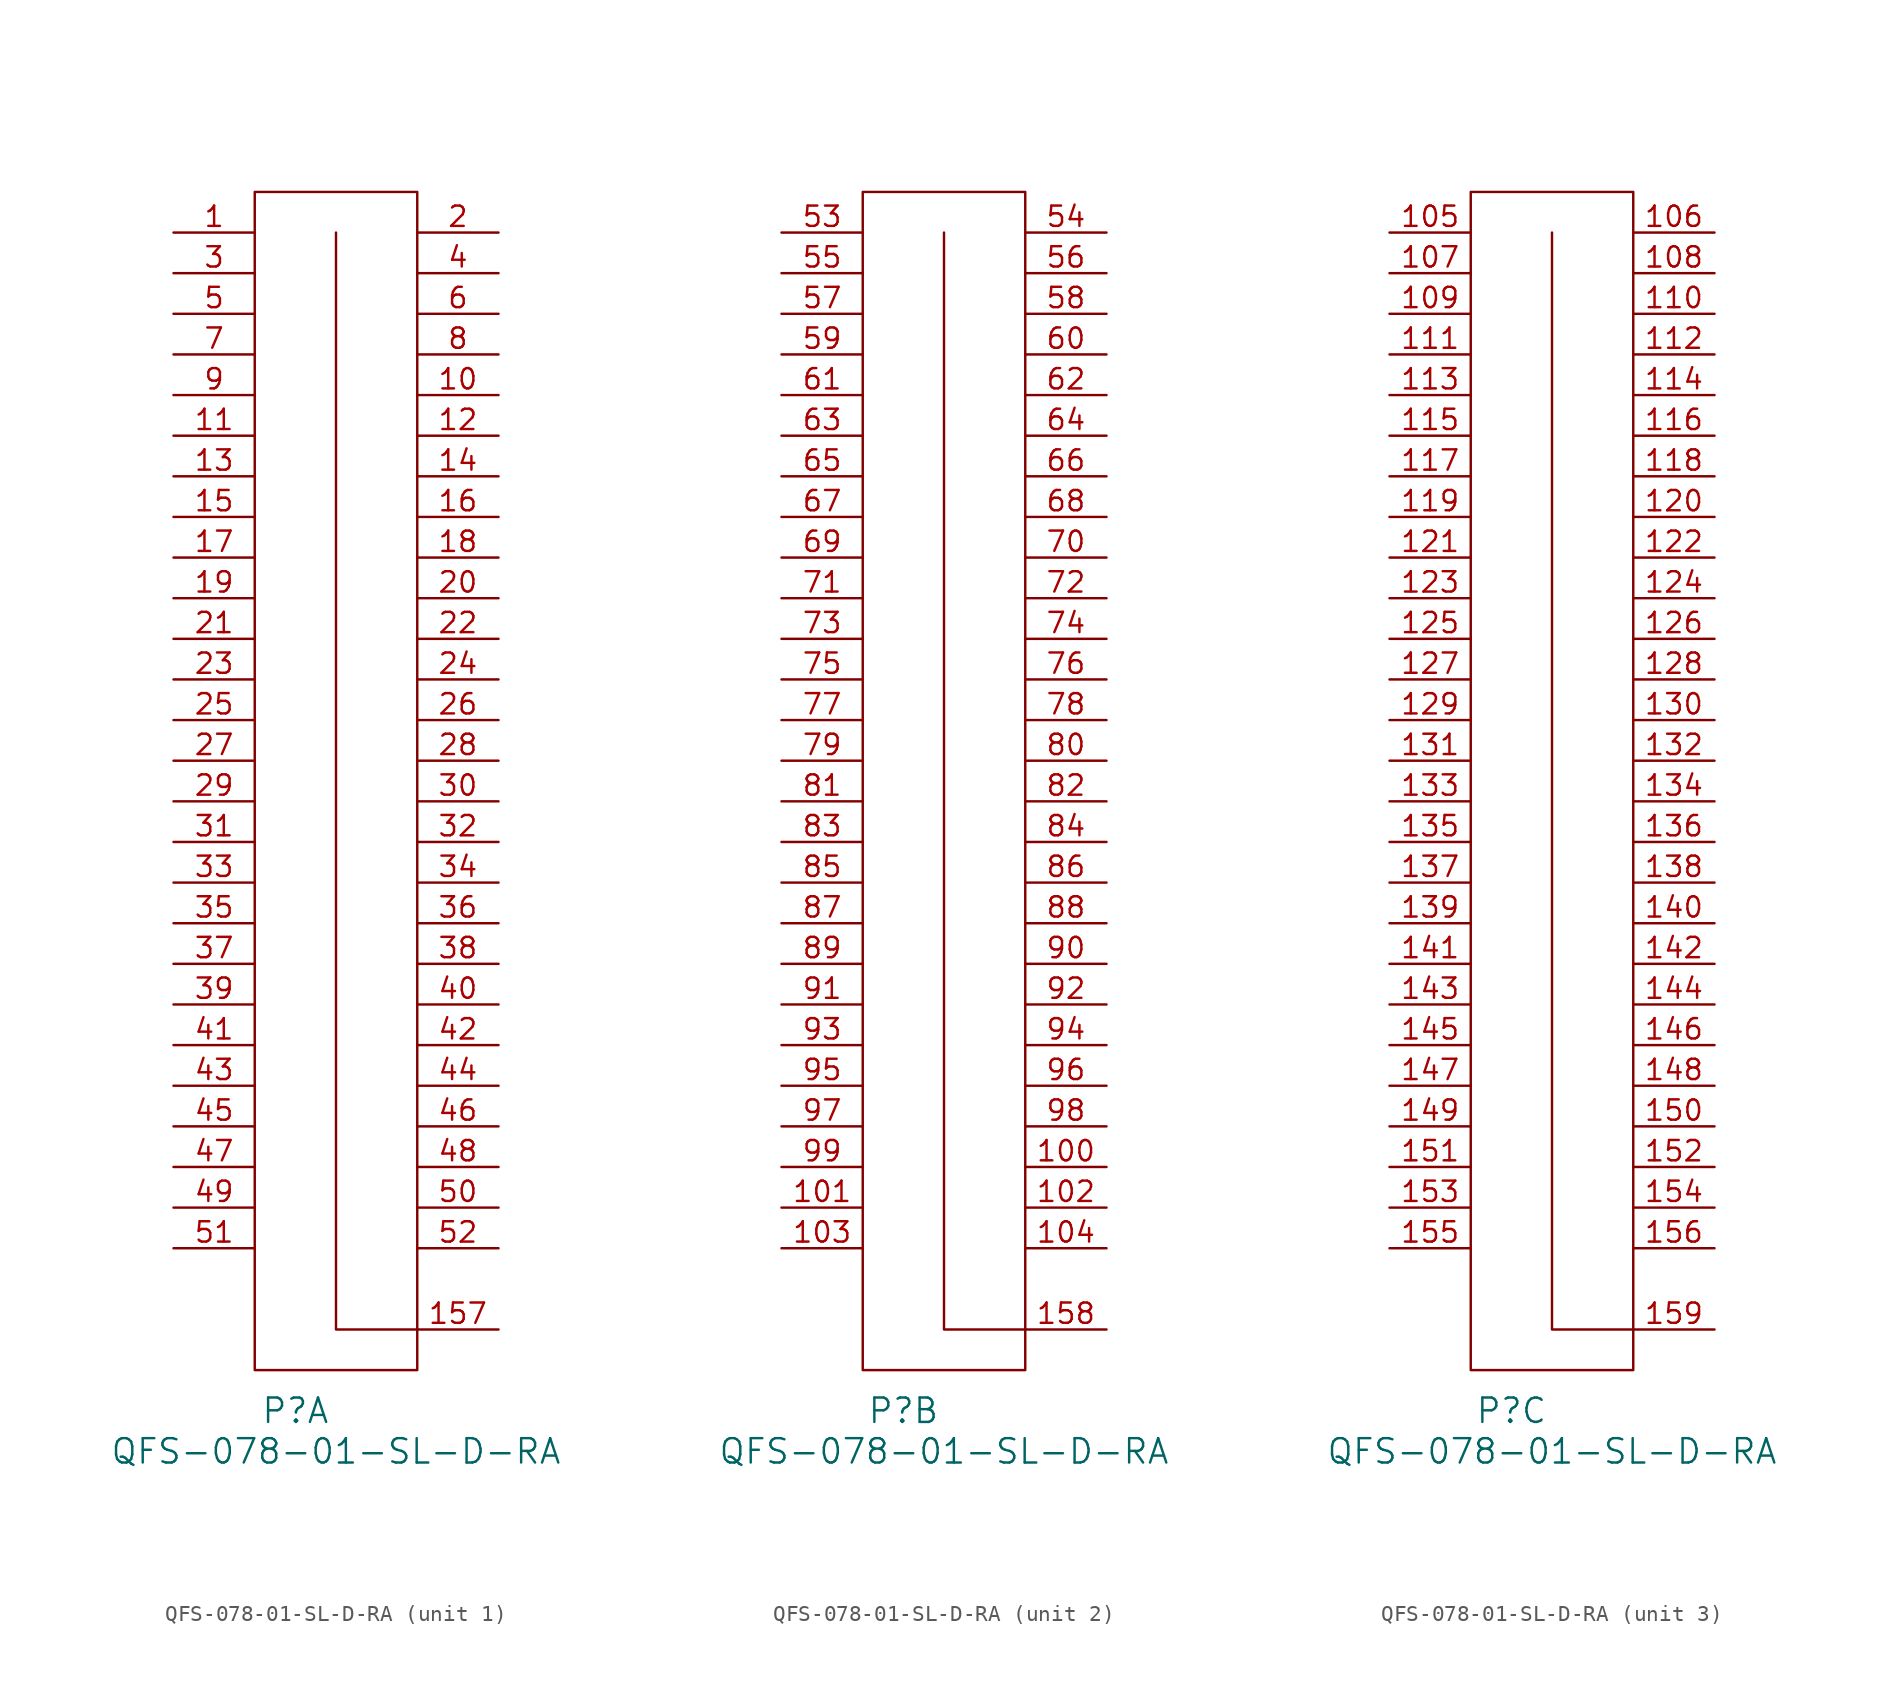
<source format=kicad_sym>
(kicad_symbol_lib
  (version 20220914)
  (generator kicad_symbol_editor)
  (symbol "QFS-078-01-SL-D-RA"
    (pin_names
      (offset 1.016) hide)
    (property "Reference" "P"
      (at 2.54 -2.54 0)
      (effects (font (size 1.524 1.524))))
    (property "Value" "QFS-078-01-SL-D-RA"
      (at 5.08 -5.08 0)
      (effects (font (size 1.524 1.524))))
    (property "ki_locked" ""
      (at 0 0 0)
      (effects (font (size 1.27 1.27))))
    (symbol "QFS-078-01-SL-D-RA_0_1"
      (polyline (pts (xy 10.16 2.54) (xy 5.08 2.54) (xy 5.08 71.12)) (stroke (width 0) (type solid)) (fill (type none))))
    (symbol "QFS-078-01-SL-D-RA_1_1"
      (rectangle (start 0 73.66) (end 10.16 0) (stroke (width 0) (type solid)) (fill (type none)))
      (pin passive line (at -5.08 71.12 0) (length 5.08) (name "1" (effects (font (size 1.27 1.27)))) (number "1" (effects (font (size 1.27 1.27)))))
      (pin passive line (at 15.24 60.96 180) (length 5.08) (name "10" (effects (font (size 1.27 1.27)))) (number "10" (effects (font (size 1.27 1.27)))))
      (pin passive line (at -5.08 58.42 0) (length 5.08) (name "11" (effects (font (size 1.27 1.27)))) (number "11" (effects (font (size 1.27 1.27)))))
      (pin passive line (at 15.24 58.42 180) (length 5.08) (name "12" (effects (font (size 1.27 1.27)))) (number "12" (effects (font (size 1.27 1.27)))))
      (pin passive line (at -5.08 55.88 0) (length 5.08) (name "13" (effects (font (size 1.27 1.27)))) (number "13" (effects (font (size 1.27 1.27)))))
      (pin passive line (at 15.24 55.88 180) (length 5.08) (name "14" (effects (font (size 1.27 1.27)))) (number "14" (effects (font (size 1.27 1.27)))))
      (pin passive line (at -5.08 53.34 0) (length 5.08) (name "15" (effects (font (size 1.27 1.27)))) (number "15" (effects (font (size 1.27 1.27)))))
      (pin passive line (at 15.24 2.54 180) (length 5.08) (name "157" (effects (font (size 1.27 1.27)))) (number "157" (effects (font (size 1.27 1.27)))))
      (pin passive line (at 15.24 53.34 180) (length 5.08) (name "16" (effects (font (size 1.27 1.27)))) (number "16" (effects (font (size 1.27 1.27)))))
      (pin passive line (at -5.08 50.8 0) (length 5.08) (name "17" (effects (font (size 1.27 1.27)))) (number "17" (effects (font (size 1.27 1.27)))))
      (pin passive line (at 15.24 50.8 180) (length 5.08) (name "18" (effects (font (size 1.27 1.27)))) (number "18" (effects (font (size 1.27 1.27)))))
      (pin passive line (at -5.08 48.26 0) (length 5.08) (name "19" (effects (font (size 1.27 1.27)))) (number "19" (effects (font (size 1.27 1.27)))))
      (pin passive line (at 15.24 71.12 180) (length 5.08) (name "2" (effects (font (size 1.27 1.27)))) (number "2" (effects (font (size 1.27 1.27)))))
      (pin passive line (at 15.24 48.26 180) (length 5.08) (name "20" (effects (font (size 1.27 1.27)))) (number "20" (effects (font (size 1.27 1.27)))))
      (pin passive line (at -5.08 45.72 0) (length 5.08) (name "21" (effects (font (size 1.27 1.27)))) (number "21" (effects (font (size 1.27 1.27)))))
      (pin passive line (at 15.24 45.72 180) (length 5.08) (name "22" (effects (font (size 1.27 1.27)))) (number "22" (effects (font (size 1.27 1.27)))))
      (pin passive line (at -5.08 43.18 0) (length 5.08) (name "23" (effects (font (size 1.27 1.27)))) (number "23" (effects (font (size 1.27 1.27)))))
      (pin passive line (at 15.24 43.18 180) (length 5.08) (name "24" (effects (font (size 1.27 1.27)))) (number "24" (effects (font (size 1.27 1.27)))))
      (pin passive line (at -5.08 40.64 0) (length 5.08) (name "25" (effects (font (size 1.27 1.27)))) (number "25" (effects (font (size 1.27 1.27)))))
      (pin passive line (at 15.24 40.64 180) (length 5.08) (name "26" (effects (font (size 1.27 1.27)))) (number "26" (effects (font (size 1.27 1.27)))))
      (pin passive line (at -5.08 38.1 0) (length 5.08) (name "27" (effects (font (size 1.27 1.27)))) (number "27" (effects (font (size 1.27 1.27)))))
      (pin passive line (at 15.24 38.1 180) (length 5.08) (name "28" (effects (font (size 1.27 1.27)))) (number "28" (effects (font (size 1.27 1.27)))))
      (pin passive line (at -5.08 35.56 0) (length 5.08) (name "29" (effects (font (size 1.27 1.27)))) (number "29" (effects (font (size 1.27 1.27)))))
      (pin passive line (at -5.08 68.58 0) (length 5.08) (name "3" (effects (font (size 1.27 1.27)))) (number "3" (effects (font (size 1.27 1.27)))))
      (pin passive line (at 15.24 35.56 180) (length 5.08) (name "30" (effects (font (size 1.27 1.27)))) (number "30" (effects (font (size 1.27 1.27)))))
      (pin passive line (at -5.08 33.02 0) (length 5.08) (name "31" (effects (font (size 1.27 1.27)))) (number "31" (effects (font (size 1.27 1.27)))))
      (pin passive line (at 15.24 33.02 180) (length 5.08) (name "32" (effects (font (size 1.27 1.27)))) (number "32" (effects (font (size 1.27 1.27)))))
      (pin passive line (at -5.08 30.48 0) (length 5.08) (name "33" (effects (font (size 1.27 1.27)))) (number "33" (effects (font (size 1.27 1.27)))))
      (pin passive line (at 15.24 30.48 180) (length 5.08) (name "34" (effects (font (size 1.27 1.27)))) (number "34" (effects (font (size 1.27 1.27)))))
      (pin passive line (at -5.08 27.94 0) (length 5.08) (name "35" (effects (font (size 1.27 1.27)))) (number "35" (effects (font (size 1.27 1.27)))))
      (pin passive line (at 15.24 27.94 180) (length 5.08) (name "36" (effects (font (size 1.27 1.27)))) (number "36" (effects (font (size 1.27 1.27)))))
      (pin passive line (at -5.08 25.4 0) (length 5.08) (name "37" (effects (font (size 1.27 1.27)))) (number "37" (effects (font (size 1.27 1.27)))))
      (pin passive line (at 15.24 25.4 180) (length 5.08) (name "38" (effects (font (size 1.27 1.27)))) (number "38" (effects (font (size 1.27 1.27)))))
      (pin passive line (at -5.08 22.86 0) (length 5.08) (name "39" (effects (font (size 1.27 1.27)))) (number "39" (effects (font (size 1.27 1.27)))))
      (pin passive line (at 15.24 68.58 180) (length 5.08) (name "4" (effects (font (size 1.27 1.27)))) (number "4" (effects (font (size 1.27 1.27)))))
      (pin passive line (at 15.24 22.86 180) (length 5.08) (name "40" (effects (font (size 1.27 1.27)))) (number "40" (effects (font (size 1.27 1.27)))))
      (pin passive line (at -5.08 20.32 0) (length 5.08) (name "41" (effects (font (size 1.27 1.27)))) (number "41" (effects (font (size 1.27 1.27)))))
      (pin passive line (at 15.24 20.32 180) (length 5.08) (name "42" (effects (font (size 1.27 1.27)))) (number "42" (effects (font (size 1.27 1.27)))))
      (pin passive line (at -5.08 17.78 0) (length 5.08) (name "43" (effects (font (size 1.27 1.27)))) (number "43" (effects (font (size 1.27 1.27)))))
      (pin passive line (at 15.24 17.78 180) (length 5.08) (name "44" (effects (font (size 1.27 1.27)))) (number "44" (effects (font (size 1.27 1.27)))))
      (pin passive line (at -5.08 15.24 0) (length 5.08) (name "45" (effects (font (size 1.27 1.27)))) (number "45" (effects (font (size 1.27 1.27)))))
      (pin passive line (at 15.24 15.24 180) (length 5.08) (name "46" (effects (font (size 1.27 1.27)))) (number "46" (effects (font (size 1.27 1.27)))))
      (pin passive line (at -5.08 12.7 0) (length 5.08) (name "47" (effects (font (size 1.27 1.27)))) (number "47" (effects (font (size 1.27 1.27)))))
      (pin passive line (at 15.24 12.7 180) (length 5.08) (name "48" (effects (font (size 1.27 1.27)))) (number "48" (effects (font (size 1.27 1.27)))))
      (pin passive line (at -5.08 10.16 0) (length 5.08) (name "49" (effects (font (size 1.27 1.27)))) (number "49" (effects (font (size 1.27 1.27)))))
      (pin passive line (at -5.08 66.04 0) (length 5.08) (name "5" (effects (font (size 1.27 1.27)))) (number "5" (effects (font (size 1.27 1.27)))))
      (pin passive line (at 15.24 10.16 180) (length 5.08) (name "50" (effects (font (size 1.27 1.27)))) (number "50" (effects (font (size 1.27 1.27)))))
      (pin passive line (at -5.08 7.62 0) (length 5.08) (name "51" (effects (font (size 1.27 1.27)))) (number "51" (effects (font (size 1.27 1.27)))))
      (pin passive line (at 15.24 7.62 180) (length 5.08) (name "52" (effects (font (size 1.27 1.27)))) (number "52" (effects (font (size 1.27 1.27)))))
      (pin passive line (at 15.24 66.04 180) (length 5.08) (name "6" (effects (font (size 1.27 1.27)))) (number "6" (effects (font (size 1.27 1.27)))))
      (pin passive line (at -5.08 63.5 0) (length 5.08) (name "7" (effects (font (size 1.27 1.27)))) (number "7" (effects (font (size 1.27 1.27)))))
      (pin passive line (at 15.24 63.5 180) (length 5.08) (name "8" (effects (font (size 1.27 1.27)))) (number "8" (effects (font (size 1.27 1.27)))))
      (pin passive line (at -5.08 60.96 0) (length 5.08) (name "9" (effects (font (size 1.27 1.27)))) (number "9" (effects (font (size 1.27 1.27))))))
    (symbol "QFS-078-01-SL-D-RA_2_1"
      (rectangle (start 0 0) (end 10.16 73.66) (stroke (width 0) (type solid)) (fill (type none)))
      (pin passive line (at 15.24 12.7 180) (length 5.08) (name "100" (effects (font (size 1.27 1.27)))) (number "100" (effects (font (size 1.27 1.27)))))
      (pin passive line (at -5.08 10.16 0) (length 5.08) (name "101" (effects (font (size 1.27 1.27)))) (number "101" (effects (font (size 1.27 1.27)))))
      (pin passive line (at 15.24 10.16 180) (length 5.08) (name "102" (effects (font (size 1.27 1.27)))) (number "102" (effects (font (size 1.27 1.27)))))
      (pin passive line (at -5.08 7.62 0) (length 5.08) (name "103" (effects (font (size 1.27 1.27)))) (number "103" (effects (font (size 1.27 1.27)))))
      (pin passive line (at 15.24 7.62 180) (length 5.08) (name "104" (effects (font (size 1.27 1.27)))) (number "104" (effects (font (size 1.27 1.27)))))
      (pin passive line (at 15.24 2.54 180) (length 5.08) (name "158" (effects (font (size 1.27 1.27)))) (number "158" (effects (font (size 1.27 1.27)))))
      (pin passive line (at -5.08 71.12 0) (length 5.08) (name "53" (effects (font (size 1.27 1.27)))) (number "53" (effects (font (size 1.27 1.27)))))
      (pin passive line (at 15.24 71.12 180) (length 5.08) (name "54" (effects (font (size 1.27 1.27)))) (number "54" (effects (font (size 1.27 1.27)))))
      (pin passive line (at -5.08 68.58 0) (length 5.08) (name "55" (effects (font (size 1.27 1.27)))) (number "55" (effects (font (size 1.27 1.27)))))
      (pin passive line (at 15.24 68.58 180) (length 5.08) (name "56" (effects (font (size 1.27 1.27)))) (number "56" (effects (font (size 1.27 1.27)))))
      (pin passive line (at -5.08 66.04 0) (length 5.08) (name "57" (effects (font (size 1.27 1.27)))) (number "57" (effects (font (size 1.27 1.27)))))
      (pin passive line (at 15.24 66.04 180) (length 5.08) (name "58" (effects (font (size 1.27 1.27)))) (number "58" (effects (font (size 1.27 1.27)))))
      (pin passive line (at -5.08 63.5 0) (length 5.08) (name "59" (effects (font (size 1.27 1.27)))) (number "59" (effects (font (size 1.27 1.27)))))
      (pin passive line (at 15.24 63.5 180) (length 5.08) (name "60" (effects (font (size 1.27 1.27)))) (number "60" (effects (font (size 1.27 1.27)))))
      (pin passive line (at -5.08 60.96 0) (length 5.08) (name "61" (effects (font (size 1.27 1.27)))) (number "61" (effects (font (size 1.27 1.27)))))
      (pin passive line (at 15.24 60.96 180) (length 5.08) (name "62" (effects (font (size 1.27 1.27)))) (number "62" (effects (font (size 1.27 1.27)))))
      (pin passive line (at -5.08 58.42 0) (length 5.08) (name "63" (effects (font (size 1.27 1.27)))) (number "63" (effects (font (size 1.27 1.27)))))
      (pin passive line (at 15.24 58.42 180) (length 5.08) (name "64" (effects (font (size 1.27 1.27)))) (number "64" (effects (font (size 1.27 1.27)))))
      (pin passive line (at -5.08 55.88 0) (length 5.08) (name "65" (effects (font (size 1.27 1.27)))) (number "65" (effects (font (size 1.27 1.27)))))
      (pin passive line (at 15.24 55.88 180) (length 5.08) (name "66" (effects (font (size 1.27 1.27)))) (number "66" (effects (font (size 1.27 1.27)))))
      (pin passive line (at -5.08 53.34 0) (length 5.08) (name "67" (effects (font (size 1.27 1.27)))) (number "67" (effects (font (size 1.27 1.27)))))
      (pin passive line (at 15.24 53.34 180) (length 5.08) (name "68" (effects (font (size 1.27 1.27)))) (number "68" (effects (font (size 1.27 1.27)))))
      (pin passive line (at -5.08 50.8 0) (length 5.08) (name "69" (effects (font (size 1.27 1.27)))) (number "69" (effects (font (size 1.27 1.27)))))
      (pin passive line (at 15.24 50.8 180) (length 5.08) (name "70" (effects (font (size 1.27 1.27)))) (number "70" (effects (font (size 1.27 1.27)))))
      (pin passive line (at -5.08 48.26 0) (length 5.08) (name "71" (effects (font (size 1.27 1.27)))) (number "71" (effects (font (size 1.27 1.27)))))
      (pin passive line (at 15.24 48.26 180) (length 5.08) (name "72" (effects (font (size 1.27 1.27)))) (number "72" (effects (font (size 1.27 1.27)))))
      (pin passive line (at -5.08 45.72 0) (length 5.08) (name "73" (effects (font (size 1.27 1.27)))) (number "73" (effects (font (size 1.27 1.27)))))
      (pin passive line (at 15.24 45.72 180) (length 5.08) (name "74" (effects (font (size 1.27 1.27)))) (number "74" (effects (font (size 1.27 1.27)))))
      (pin passive line (at -5.08 43.18 0) (length 5.08) (name "75" (effects (font (size 1.27 1.27)))) (number "75" (effects (font (size 1.27 1.27)))))
      (pin passive line (at 15.24 43.18 180) (length 5.08) (name "76" (effects (font (size 1.27 1.27)))) (number "76" (effects (font (size 1.27 1.27)))))
      (pin passive line (at -5.08 40.64 0) (length 5.08) (name "77" (effects (font (size 1.27 1.27)))) (number "77" (effects (font (size 1.27 1.27)))))
      (pin passive line (at 15.24 40.64 180) (length 5.08) (name "78" (effects (font (size 1.27 1.27)))) (number "78" (effects (font (size 1.27 1.27)))))
      (pin passive line (at -5.08 38.1 0) (length 5.08) (name "79" (effects (font (size 1.27 1.27)))) (number "79" (effects (font (size 1.27 1.27)))))
      (pin passive line (at 15.24 38.1 180) (length 5.08) (name "80" (effects (font (size 1.27 1.27)))) (number "80" (effects (font (size 1.27 1.27)))))
      (pin passive line (at -5.08 35.56 0) (length 5.08) (name "81" (effects (font (size 1.27 1.27)))) (number "81" (effects (font (size 1.27 1.27)))))
      (pin passive line (at 15.24 35.56 180) (length 5.08) (name "82" (effects (font (size 1.27 1.27)))) (number "82" (effects (font (size 1.27 1.27)))))
      (pin passive line (at -5.08 33.02 0) (length 5.08) (name "83" (effects (font (size 1.27 1.27)))) (number "83" (effects (font (size 1.27 1.27)))))
      (pin passive line (at 15.24 33.02 180) (length 5.08) (name "84" (effects (font (size 1.27 1.27)))) (number "84" (effects (font (size 1.27 1.27)))))
      (pin passive line (at -5.08 30.48 0) (length 5.08) (name "85" (effects (font (size 1.27 1.27)))) (number "85" (effects (font (size 1.27 1.27)))))
      (pin passive line (at 15.24 30.48 180) (length 5.08) (name "86" (effects (font (size 1.27 1.27)))) (number "86" (effects (font (size 1.27 1.27)))))
      (pin passive line (at -5.08 27.94 0) (length 5.08) (name "87" (effects (font (size 1.27 1.27)))) (number "87" (effects (font (size 1.27 1.27)))))
      (pin passive line (at 15.24 27.94 180) (length 5.08) (name "88" (effects (font (size 1.27 1.27)))) (number "88" (effects (font (size 1.27 1.27)))))
      (pin passive line (at -5.08 25.4 0) (length 5.08) (name "89" (effects (font (size 1.27 1.27)))) (number "89" (effects (font (size 1.27 1.27)))))
      (pin passive line (at 15.24 25.4 180) (length 5.08) (name "90" (effects (font (size 1.27 1.27)))) (number "90" (effects (font (size 1.27 1.27)))))
      (pin passive line (at -5.08 22.86 0) (length 5.08) (name "91" (effects (font (size 1.27 1.27)))) (number "91" (effects (font (size 1.27 1.27)))))
      (pin passive line (at 15.24 22.86 180) (length 5.08) (name "92" (effects (font (size 1.27 1.27)))) (number "92" (effects (font (size 1.27 1.27)))))
      (pin passive line (at -5.08 20.32 0) (length 5.08) (name "93" (effects (font (size 1.27 1.27)))) (number "93" (effects (font (size 1.27 1.27)))))
      (pin passive line (at 15.24 20.32 180) (length 5.08) (name "94" (effects (font (size 1.27 1.27)))) (number "94" (effects (font (size 1.27 1.27)))))
      (pin passive line (at -5.08 17.78 0) (length 5.08) (name "95" (effects (font (size 1.27 1.27)))) (number "95" (effects (font (size 1.27 1.27)))))
      (pin passive line (at 15.24 17.78 180) (length 5.08) (name "96" (effects (font (size 1.27 1.27)))) (number "96" (effects (font (size 1.27 1.27)))))
      (pin passive line (at -5.08 15.24 0) (length 5.08) (name "97" (effects (font (size 1.27 1.27)))) (number "97" (effects (font (size 1.27 1.27)))))
      (pin passive line (at 15.24 15.24 180) (length 5.08) (name "98" (effects (font (size 1.27 1.27)))) (number "98" (effects (font (size 1.27 1.27)))))
      (pin passive line (at -5.08 12.7 0) (length 5.08) (name "99" (effects (font (size 1.27 1.27)))) (number "99" (effects (font (size 1.27 1.27))))))
    (symbol "QFS-078-01-SL-D-RA_3_1"
      (rectangle (start 0 73.66) (end 10.16 0) (stroke (width 0) (type solid)) (fill (type none)))
      (pin passive line (at -5.08 71.12 0) (length 5.08) (name "105" (effects (font (size 1.27 1.27)))) (number "105" (effects (font (size 1.27 1.27)))))
      (pin passive line (at 15.24 71.12 180) (length 5.08) (name "106" (effects (font (size 1.27 1.27)))) (number "106" (effects (font (size 1.27 1.27)))))
      (pin passive line (at -5.08 68.58 0) (length 5.08) (name "107" (effects (font (size 1.27 1.27)))) (number "107" (effects (font (size 1.27 1.27)))))
      (pin passive line (at 15.24 68.58 180) (length 5.08) (name "108" (effects (font (size 1.27 1.27)))) (number "108" (effects (font (size 1.27 1.27)))))
      (pin passive line (at -5.08 66.04 0) (length 5.08) (name "109" (effects (font (size 1.27 1.27)))) (number "109" (effects (font (size 1.27 1.27)))))
      (pin passive line (at 15.24 66.04 180) (length 5.08) (name "110" (effects (font (size 1.27 1.27)))) (number "110" (effects (font (size 1.27 1.27)))))
      (pin passive line (at -5.08 63.5 0) (length 5.08) (name "111" (effects (font (size 1.27 1.27)))) (number "111" (effects (font (size 1.27 1.27)))))
      (pin passive line (at 15.24 63.5 180) (length 5.08) (name "112" (effects (font (size 1.27 1.27)))) (number "112" (effects (font (size 1.27 1.27)))))
      (pin passive line (at -5.08 60.96 0) (length 5.08) (name "113" (effects (font (size 1.27 1.27)))) (number "113" (effects (font (size 1.27 1.27)))))
      (pin passive line (at 15.24 60.96 180) (length 5.08) (name "114" (effects (font (size 1.27 1.27)))) (number "114" (effects (font (size 1.27 1.27)))))
      (pin passive line (at -5.08 58.42 0) (length 5.08) (name "115" (effects (font (size 1.27 1.27)))) (number "115" (effects (font (size 1.27 1.27)))))
      (pin passive line (at 15.24 58.42 180) (length 5.08) (name "116" (effects (font (size 1.27 1.27)))) (number "116" (effects (font (size 1.27 1.27)))))
      (pin passive line (at -5.08 55.88 0) (length 5.08) (name "117" (effects (font (size 1.27 1.27)))) (number "117" (effects (font (size 1.27 1.27)))))
      (pin passive line (at 15.24 55.88 180) (length 5.08) (name "118" (effects (font (size 1.27 1.27)))) (number "118" (effects (font (size 1.27 1.27)))))
      (pin passive line (at -5.08 53.34 0) (length 5.08) (name "119" (effects (font (size 1.27 1.27)))) (number "119" (effects (font (size 1.27 1.27)))))
      (pin passive line (at 15.24 53.34 180) (length 5.08) (name "120" (effects (font (size 1.27 1.27)))) (number "120" (effects (font (size 1.27 1.27)))))
      (pin passive line (at -5.08 50.8 0) (length 5.08) (name "121" (effects (font (size 1.27 1.27)))) (number "121" (effects (font (size 1.27 1.27)))))
      (pin passive line (at 15.24 50.8 180) (length 5.08) (name "122" (effects (font (size 1.27 1.27)))) (number "122" (effects (font (size 1.27 1.27)))))
      (pin passive line (at -5.08 48.26 0) (length 5.08) (name "123" (effects (font (size 1.27 1.27)))) (number "123" (effects (font (size 1.27 1.27)))))
      (pin passive line (at 15.24 48.26 180) (length 5.08) (name "124" (effects (font (size 1.27 1.27)))) (number "124" (effects (font (size 1.27 1.27)))))
      (pin passive line (at -5.08 45.72 0) (length 5.08) (name "125" (effects (font (size 1.27 1.27)))) (number "125" (effects (font (size 1.27 1.27)))))
      (pin passive line (at 15.24 45.72 180) (length 5.08) (name "126" (effects (font (size 1.27 1.27)))) (number "126" (effects (font (size 1.27 1.27)))))
      (pin passive line (at -5.08 43.18 0) (length 5.08) (name "127" (effects (font (size 1.27 1.27)))) (number "127" (effects (font (size 1.27 1.27)))))
      (pin passive line (at 15.24 43.18 180) (length 5.08) (name "128" (effects (font (size 1.27 1.27)))) (number "128" (effects (font (size 1.27 1.27)))))
      (pin passive line (at -5.08 40.64 0) (length 5.08) (name "129" (effects (font (size 1.27 1.27)))) (number "129" (effects (font (size 1.27 1.27)))))
      (pin passive line (at 15.24 40.64 180) (length 5.08) (name "130" (effects (font (size 1.27 1.27)))) (number "130" (effects (font (size 1.27 1.27)))))
      (pin passive line (at -5.08 38.1 0) (length 5.08) (name "131" (effects (font (size 1.27 1.27)))) (number "131" (effects (font (size 1.27 1.27)))))
      (pin passive line (at 15.24 38.1 180) (length 5.08) (name "132" (effects (font (size 1.27 1.27)))) (number "132" (effects (font (size 1.27 1.27)))))
      (pin passive line (at -5.08 35.56 0) (length 5.08) (name "133" (effects (font (size 1.27 1.27)))) (number "133" (effects (font (size 1.27 1.27)))))
      (pin passive line (at 15.24 35.56 180) (length 5.08) (name "134" (effects (font (size 1.27 1.27)))) (number "134" (effects (font (size 1.27 1.27)))))
      (pin passive line (at -5.08 33.02 0) (length 5.08) (name "135" (effects (font (size 1.27 1.27)))) (number "135" (effects (font (size 1.27 1.27)))))
      (pin passive line (at 15.24 33.02 180) (length 5.08) (name "136" (effects (font (size 1.27 1.27)))) (number "136" (effects (font (size 1.27 1.27)))))
      (pin passive line (at -5.08 30.48 0) (length 5.08) (name "137" (effects (font (size 1.27 1.27)))) (number "137" (effects (font (size 1.27 1.27)))))
      (pin passive line (at 15.24 30.48 180) (length 5.08) (name "138" (effects (font (size 1.27 1.27)))) (number "138" (effects (font (size 1.27 1.27)))))
      (pin passive line (at -5.08 27.94 0) (length 5.08) (name "139" (effects (font (size 1.27 1.27)))) (number "139" (effects (font (size 1.27 1.27)))))
      (pin passive line (at 15.24 27.94 180) (length 5.08) (name "140" (effects (font (size 1.27 1.27)))) (number "140" (effects (font (size 1.27 1.27)))))
      (pin passive line (at -5.08 25.4 0) (length 5.08) (name "141" (effects (font (size 1.27 1.27)))) (number "141" (effects (font (size 1.27 1.27)))))
      (pin passive line (at 15.24 25.4 180) (length 5.08) (name "142" (effects (font (size 1.27 1.27)))) (number "142" (effects (font (size 1.27 1.27)))))
      (pin passive line (at -5.08 22.86 0) (length 5.08) (name "143" (effects (font (size 1.27 1.27)))) (number "143" (effects (font (size 1.27 1.27)))))
      (pin passive line (at 15.24 22.86 180) (length 5.08) (name "144" (effects (font (size 1.27 1.27)))) (number "144" (effects (font (size 1.27 1.27)))))
      (pin passive line (at -5.08 20.32 0) (length 5.08) (name "145" (effects (font (size 1.27 1.27)))) (number "145" (effects (font (size 1.27 1.27)))))
      (pin passive line (at 15.24 20.32 180) (length 5.08) (name "146" (effects (font (size 1.27 1.27)))) (number "146" (effects (font (size 1.27 1.27)))))
      (pin passive line (at -5.08 17.78 0) (length 5.08) (name "147" (effects (font (size 1.27 1.27)))) (number "147" (effects (font (size 1.27 1.27)))))
      (pin passive line (at 15.24 17.78 180) (length 5.08) (name "148" (effects (font (size 1.27 1.27)))) (number "148" (effects (font (size 1.27 1.27)))))
      (pin passive line (at -5.08 15.24 0) (length 5.08) (name "149" (effects (font (size 1.27 1.27)))) (number "149" (effects (font (size 1.27 1.27)))))
      (pin passive line (at 15.24 15.24 180) (length 5.08) (name "150" (effects (font (size 1.27 1.27)))) (number "150" (effects (font (size 1.27 1.27)))))
      (pin passive line (at -5.08 12.7 0) (length 5.08) (name "151" (effects (font (size 1.27 1.27)))) (number "151" (effects (font (size 1.27 1.27)))))
      (pin passive line (at 15.24 12.7 180) (length 5.08) (name "152" (effects (font (size 1.27 1.27)))) (number "152" (effects (font (size 1.27 1.27)))))
      (pin passive line (at -5.08 10.16 0) (length 5.08) (name "153" (effects (font (size 1.27 1.27)))) (number "153" (effects (font (size 1.27 1.27)))))
      (pin passive line (at 15.24 10.16 180) (length 5.08) (name "154" (effects (font (size 1.27 1.27)))) (number "154" (effects (font (size 1.27 1.27)))))
      (pin passive line (at -5.08 7.62 0) (length 5.08) (name "155" (effects (font (size 1.27 1.27)))) (number "155" (effects (font (size 1.27 1.27)))))
      (pin passive line (at 15.24 7.62 180) (length 5.08) (name "156" (effects (font (size 1.27 1.27)))) (number "156" (effects (font (size 1.27 1.27)))))
      (pin passive line (at 15.24 2.54 180) (length 5.08) (name "159" (effects (font (size 1.27 1.27)))) (number "159" (effects (font (size 1.27 1.27))))))))
</source>
